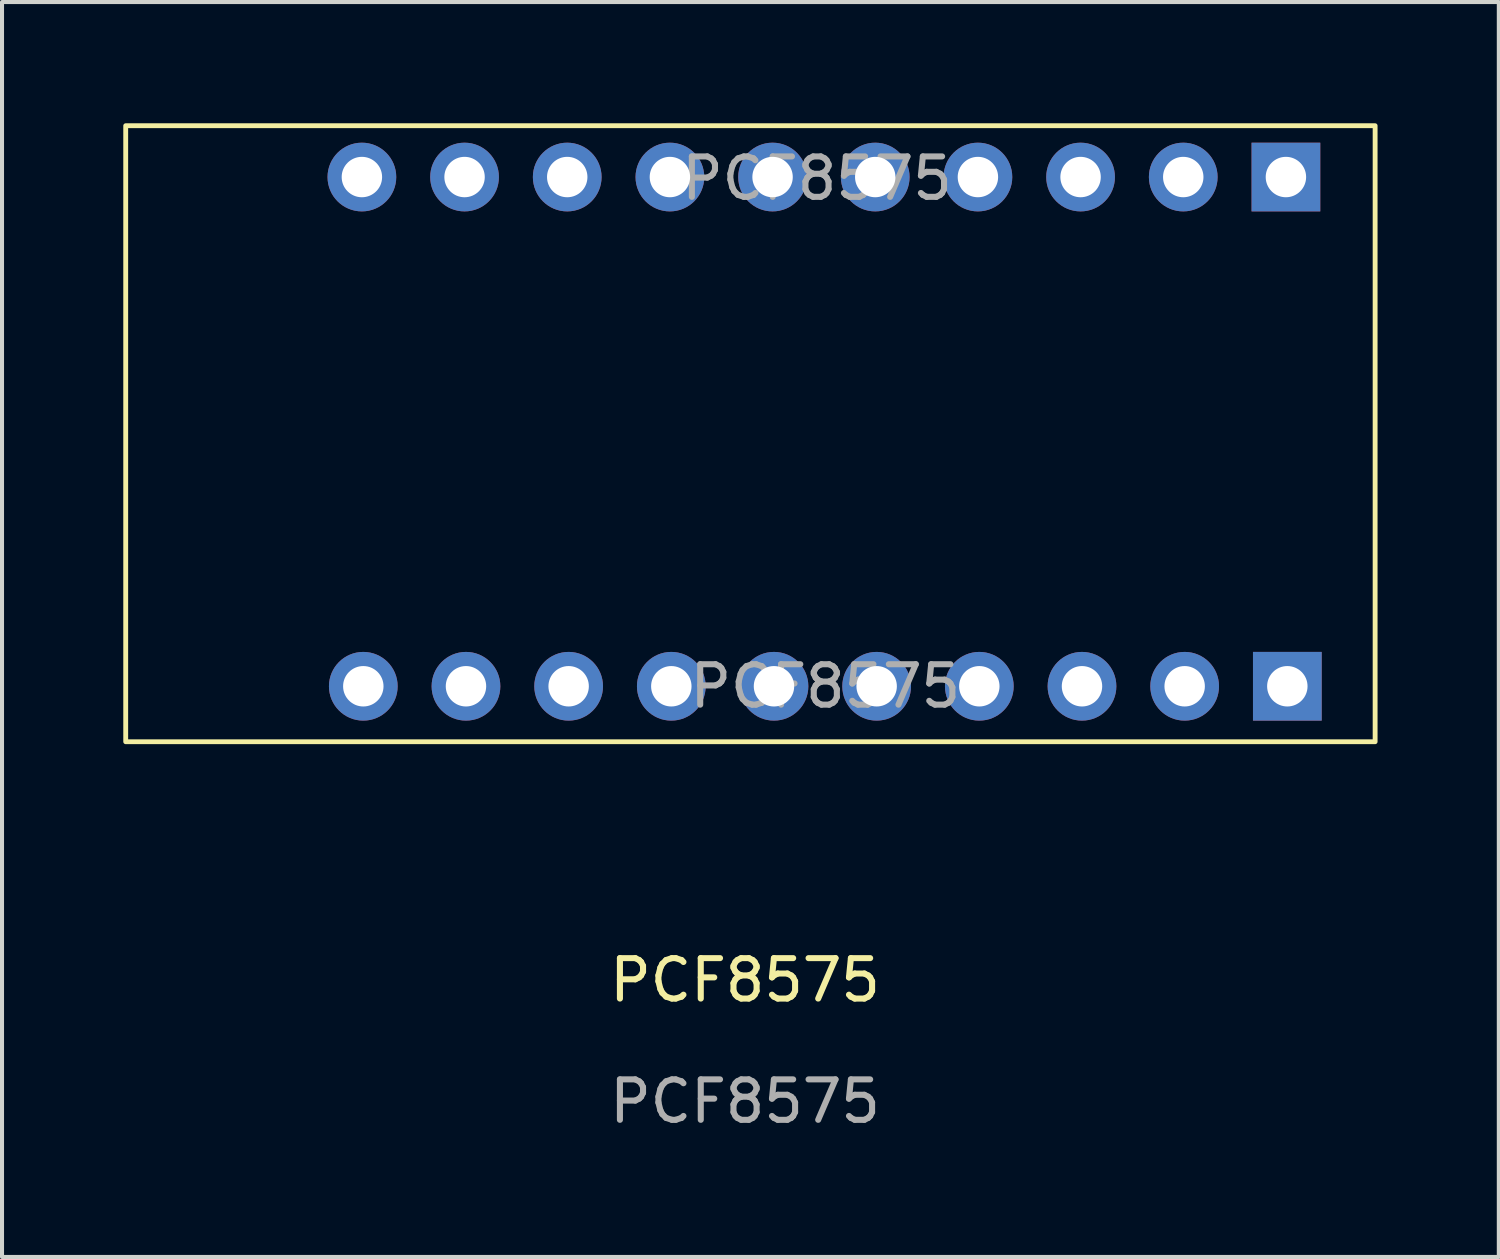
<source format=kicad_pcb>
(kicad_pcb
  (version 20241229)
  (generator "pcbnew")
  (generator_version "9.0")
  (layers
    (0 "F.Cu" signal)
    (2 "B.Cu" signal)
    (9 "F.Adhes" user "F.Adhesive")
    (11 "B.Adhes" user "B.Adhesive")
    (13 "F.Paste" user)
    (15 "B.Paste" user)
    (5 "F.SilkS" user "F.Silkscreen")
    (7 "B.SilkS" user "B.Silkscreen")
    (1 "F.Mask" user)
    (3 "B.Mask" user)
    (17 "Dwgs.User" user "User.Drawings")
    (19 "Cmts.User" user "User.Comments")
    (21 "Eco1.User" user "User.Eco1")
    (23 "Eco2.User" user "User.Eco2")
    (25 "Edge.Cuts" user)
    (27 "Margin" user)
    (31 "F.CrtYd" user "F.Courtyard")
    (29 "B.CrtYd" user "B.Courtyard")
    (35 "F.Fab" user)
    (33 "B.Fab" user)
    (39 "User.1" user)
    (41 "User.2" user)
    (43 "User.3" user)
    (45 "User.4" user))
  (footprint "PCF8575"
    (layer "F.Cu")
    (at 15.382 11.499)
    (property "Reference" "PCF8575" (at 0 9.7 0) (unlocked yes) (layer "F.SilkS") (effects (font (size 1 1) (thickness 0.15))))
    (attr through_hole)
    (fp_rect (start -15.322 -11.439) (end 15.588 3.801) (stroke (width 0.12) (type solid)) (fill no) (layer "F.SilkS"))
    (fp_text user "${REFERENCE}" (at 1.78 -10.134 0) (layer "F.Fab") (effects (font (size 1 1) (thickness 0.15))))
    (fp_text user "${REFERENCE}" (at 0 12.7 0) (unlocked yes) (layer "F.Fab") (effects (font (size 1 1) (thickness 0.15))))
    (fp_text user "${REFERENCE}" (at 1.986 2.429 0) (layer "F.Fab") (effects (font (size 1 1) (thickness 0.15))))
    (pad "1" thru_hole rect (at 13.381 -10.169 270) (size 1.7 1.7) (drill 1) (layers "*.Cu" "*.Mask"))
    (pad "1" thru_hole rect (at 13.416 2.429 270) (size 1.7 1.7) (drill 1) (layers "*.Cu" "*.Mask"))
    (pad "2" thru_hole oval (at 10.841 -10.169 270) (size 1.7 1.7) (drill 1) (layers "*.Cu" "*.Mask"))
    (pad "2" thru_hole oval (at 10.876 2.429 270) (size 1.7 1.7) (drill 1) (layers "*.Cu" "*.Mask"))
    (pad "3" thru_hole oval (at 8.301 -10.169 270) (size 1.7 1.7) (drill 1) (layers "*.Cu" "*.Mask"))
    (pad "3" thru_hole oval (at 8.336 2.429 270) (size 1.7 1.7) (drill 1) (layers "*.Cu" "*.Mask"))
    (pad "4" thru_hole oval (at 5.761 -10.169 270) (size 1.7 1.7) (drill 1) (layers "*.Cu" "*.Mask"))
    (pad "4" thru_hole oval (at 5.796 2.429 270) (size 1.7 1.7) (drill 1) (layers "*.Cu" "*.Mask"))
    (pad "5" thru_hole oval (at 3.221 -10.169 270) (size 1.7 1.7) (drill 1) (layers "*.Cu" "*.Mask"))
    (pad "5" thru_hole oval (at 3.256 2.429 270) (size 1.7 1.7) (drill 1) (layers "*.Cu" "*.Mask"))
    (pad "6" thru_hole oval (at 0.681 -10.169 270) (size 1.7 1.7) (drill 1) (layers "*.Cu" "*.Mask"))
    (pad "6" thru_hole oval (at 0.716 2.429 270) (size 1.7 1.7) (drill 1) (layers "*.Cu" "*.Mask"))
    (pad "7" thru_hole oval (at -1.859 -10.169 270) (size 1.7 1.7) (drill 1) (layers "*.Cu" "*.Mask"))
    (pad "7" thru_hole oval (at -1.824 2.429 270) (size 1.7 1.7) (drill 1) (layers "*.Cu" "*.Mask"))
    (pad "8" thru_hole oval (at -4.399 -10.169 270) (size 1.7 1.7) (drill 1) (layers "*.Cu" "*.Mask"))
    (pad "8" thru_hole oval (at -4.364 2.429 270) (size 1.7 1.7) (drill 1) (layers "*.Cu" "*.Mask"))
    (pad "9" thru_hole oval (at -6.939 -10.169 270) (size 1.7 1.7) (drill 1) (layers "*.Cu" "*.Mask"))
    (pad "9" thru_hole oval (at -6.904 2.429 270) (size 1.7 1.7) (drill 1) (layers "*.Cu" "*.Mask"))
    (pad "10" thru_hole oval (at -9.479 -10.169 270) (size 1.7 1.7) (drill 1) (layers "*.Cu" "*.Mask"))
    (pad "10" thru_hole oval (at -9.444 2.429 270) (size 1.7 1.7) (drill 1) (layers "*.Cu" "*.Mask")))
  (gr_rect
    (start -3 -3)
    (end 34.03 28.047)
    (stroke (width 0.1) (type default))
    (fill no)
    (layer "Edge.Cuts")))
</source>
